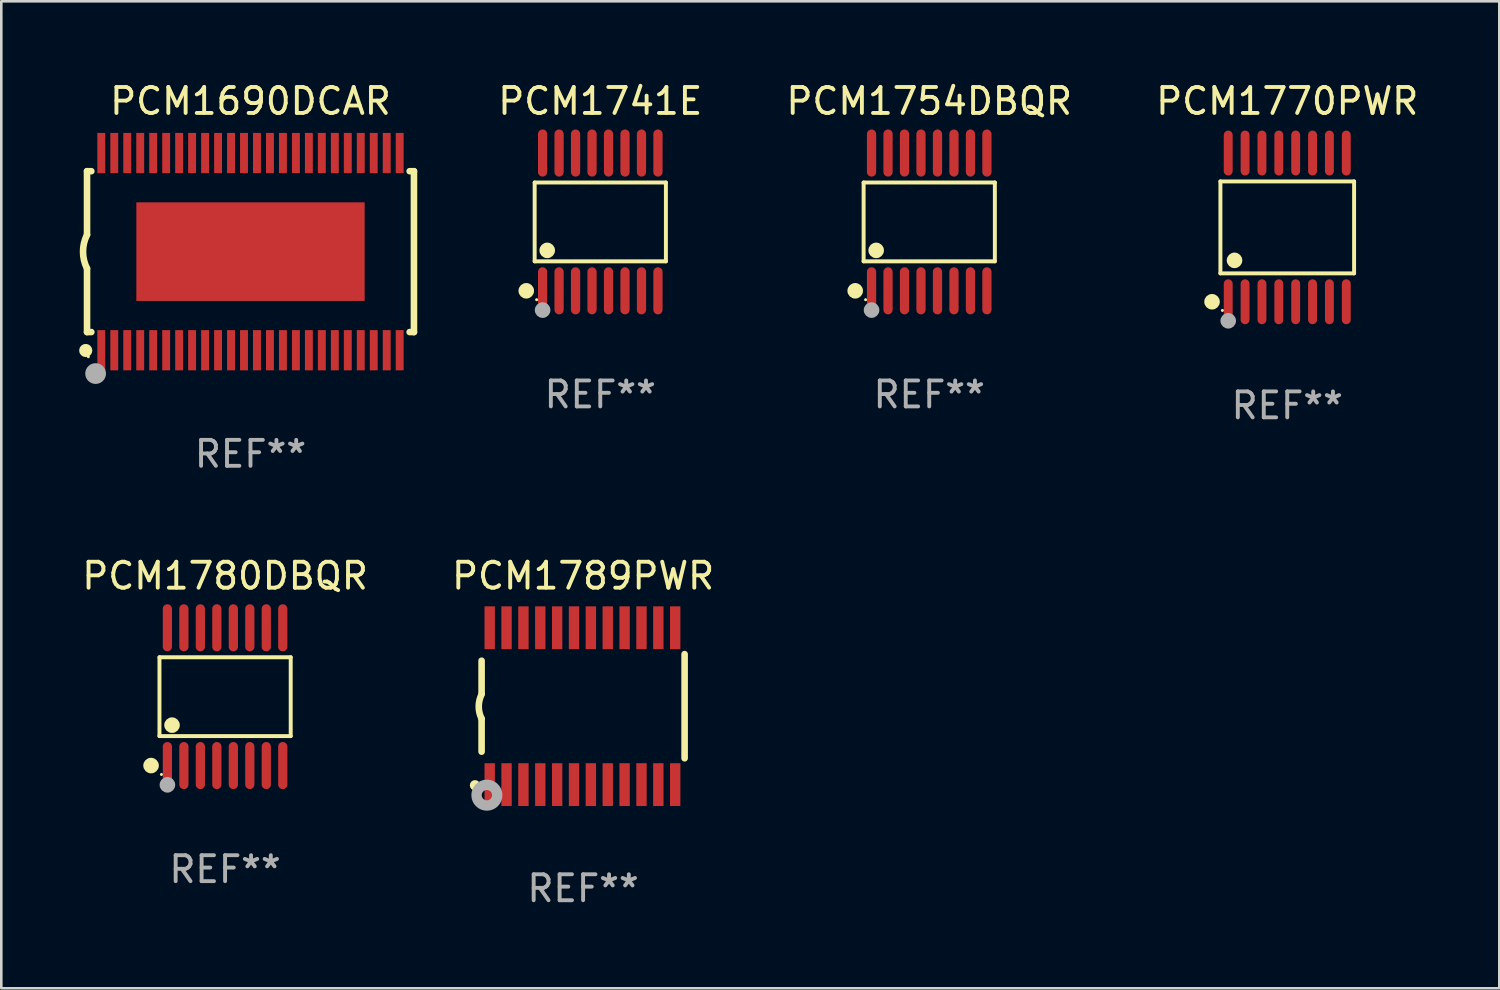
<source format=kicad_pcb>
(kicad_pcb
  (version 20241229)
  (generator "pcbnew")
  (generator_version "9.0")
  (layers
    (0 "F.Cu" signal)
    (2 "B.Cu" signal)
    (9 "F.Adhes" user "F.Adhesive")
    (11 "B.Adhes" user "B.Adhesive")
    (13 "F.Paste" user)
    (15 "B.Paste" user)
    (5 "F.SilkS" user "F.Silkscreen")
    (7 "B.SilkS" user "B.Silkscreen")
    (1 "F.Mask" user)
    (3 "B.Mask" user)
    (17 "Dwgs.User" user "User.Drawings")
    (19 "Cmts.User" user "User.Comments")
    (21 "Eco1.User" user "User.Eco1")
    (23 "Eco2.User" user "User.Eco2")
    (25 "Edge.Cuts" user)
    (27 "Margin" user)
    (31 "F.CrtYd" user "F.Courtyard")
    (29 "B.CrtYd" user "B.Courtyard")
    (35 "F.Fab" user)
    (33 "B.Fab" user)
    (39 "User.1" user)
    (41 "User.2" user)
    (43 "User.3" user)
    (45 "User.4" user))
  (footprint "PCM1770PWR"
    (layer "F.Cu")
    (at 46.561 5.714)
    (property "Reference" "PCM1770PWR" (at 0 -4.866 0) (layer "F.SilkS") (effects (font (size 1 1) (thickness 0.15))))
    (attr through_hole)
    (fp_line (start -2.576 -1.772) (end 2.576 -1.772) (stroke (width 0.152) (type solid)) (layer "F.SilkS"))
    (fp_line (start -2.576 1.771) (end -2.576 -1.772) (stroke (width 0.152) (type solid)) (layer "F.SilkS"))
    (fp_line (start 2.576 -1.772) (end 2.576 1.771) (stroke (width 0.152) (type solid)) (layer "F.SilkS"))
    (fp_line (start 2.576 1.771) (end -2.576 1.771) (stroke (width 0.152) (type solid)) (layer "F.SilkS"))
    (fp_circle (center -2.899 2.866) (end -2.749 2.866) (stroke (width 0.3) (type solid)) (fill no) (layer "F.SilkS"))
    (fp_circle (center -2.5 3.2) (end -2.47 3.2) (stroke (width 0.06) (type solid)) (fill no) (layer "F.SilkS"))
    (fp_circle (center -2.032 1.27) (end -1.882 1.27) (stroke (width 0.3) (type solid)) (fill no) (layer "F.SilkS"))
    (fp_circle (center -2.275 3.6) (end -2.125 3.6) (stroke (width 0.3) (type solid)) (fill no) (layer "F.Fab"))
    (fp_text user "REF**" (at 0 6.866 0) (layer "F.Fab") (effects (font (size 1 1) (thickness 0.15))))
    (pad "1" smd oval (at -2.275 2.866) (size 0.343 1.731) (layers "F.Cu" "F.Mask" "F.Paste"))
    (pad "2" smd oval (at -1.625 2.866) (size 0.343 1.731) (layers "F.Cu" "F.Mask" "F.Paste"))
    (pad "3" smd oval (at -0.975 2.866) (size 0.343 1.731) (layers "F.Cu" "F.Mask" "F.Paste"))
    (pad "4" smd oval (at -0.325 2.866) (size 0.343 1.731) (layers "F.Cu" "F.Mask" "F.Paste"))
    (pad "5" smd oval (at 0.325 2.866) (size 0.343 1.731) (layers "F.Cu" "F.Mask" "F.Paste"))
    (pad "6" smd oval (at 0.975 2.866) (size 0.343 1.731) (layers "F.Cu" "F.Mask" "F.Paste"))
    (pad "7" smd oval (at 1.625 2.866) (size 0.343 1.731) (layers "F.Cu" "F.Mask" "F.Paste"))
    (pad "8" smd oval (at 2.275 2.866) (size 0.343 1.731) (layers "F.Cu" "F.Mask" "F.Paste"))
    (pad "9" smd oval (at 2.275 -2.866) (size 0.343 1.731) (layers "F.Cu" "F.Mask" "F.Paste"))
    (pad "10" smd oval (at 1.625 -2.866) (size 0.343 1.731) (layers "F.Cu" "F.Mask" "F.Paste"))
    (pad "11" smd oval (at 0.975 -2.866) (size 0.343 1.731) (layers "F.Cu" "F.Mask" "F.Paste"))
    (pad "12" smd oval (at 0.325 -2.866) (size 0.343 1.731) (layers "F.Cu" "F.Mask" "F.Paste"))
    (pad "13" smd oval (at -0.325 -2.866) (size 0.343 1.731) (layers "F.Cu" "F.Mask" "F.Paste"))
    (pad "14" smd oval (at -0.975 -2.866) (size 0.343 1.731) (layers "F.Cu" "F.Mask" "F.Paste"))
    (pad "15" smd oval (at -1.625 -2.866) (size 0.343 1.731) (layers "F.Cu" "F.Mask" "F.Paste"))
    (pad "16" smd oval (at -2.275 -2.866) (size 0.343 1.731) (layers "F.Cu" "F.Mask" "F.Paste")))
  (footprint "PCM1741E"
    (layer "F.Cu")
    (at 20.085 5.503)
    (property "Reference" "PCM1741E" (at 0 -4.655 0) (layer "F.SilkS") (effects (font (size 1 1) (thickness 0.15))))
    (attr through_hole)
    (fp_line (start -2.529 -1.519) (end 2.529 -1.519) (stroke (width 0.152) (type solid)) (layer "F.SilkS"))
    (fp_line (start -2.529 1.519) (end -2.529 -1.519) (stroke (width 0.152) (type solid)) (layer "F.SilkS"))
    (fp_line (start 2.529 -1.519) (end 2.529 1.519) (stroke (width 0.152) (type solid)) (layer "F.SilkS"))
    (fp_line (start 2.529 1.519) (end -2.529 1.519) (stroke (width 0.152) (type solid)) (layer "F.SilkS"))
    (fp_circle (center -2.853 2.655) (end -2.703 2.655) (stroke (width 0.3) (type solid)) (fill no) (layer "F.SilkS"))
    (fp_circle (center -2.453 2.998) (end -2.423 2.998) (stroke (width 0.06) (type solid)) (fill no) (layer "F.SilkS"))
    (fp_circle (center -2.045 1.097) (end -1.895 1.097) (stroke (width 0.3) (type solid)) (fill no) (layer "F.SilkS"))
    (fp_circle (center -2.223 3.398) (end -2.072 3.398) (stroke (width 0.3) (type solid)) (fill no) (layer "F.Fab"))
    (fp_text user "REF**" (at 0 6.655 0) (layer "F.Fab") (effects (font (size 1 1) (thickness 0.15))))
    (pad "1" smd oval (at -2.223 2.655) (size 0.356 1.815) (layers "F.Cu" "F.Mask" "F.Paste"))
    (pad "2" smd oval (at -1.588 2.655) (size 0.356 1.815) (layers "F.Cu" "F.Mask" "F.Paste"))
    (pad "3" smd oval (at -0.953 2.655) (size 0.356 1.815) (layers "F.Cu" "F.Mask" "F.Paste"))
    (pad "4" smd oval (at -0.318 2.655) (size 0.356 1.815) (layers "F.Cu" "F.Mask" "F.Paste"))
    (pad "5" smd oval (at 0.318 2.655) (size 0.356 1.815) (layers "F.Cu" "F.Mask" "F.Paste"))
    (pad "6" smd oval (at 0.953 2.655) (size 0.356 1.815) (layers "F.Cu" "F.Mask" "F.Paste"))
    (pad "7" smd oval (at 1.588 2.655) (size 0.356 1.815) (layers "F.Cu" "F.Mask" "F.Paste"))
    (pad "8" smd oval (at 2.223 2.655) (size 0.356 1.815) (layers "F.Cu" "F.Mask" "F.Paste"))
    (pad "9" smd oval (at 2.223 -2.655) (size 0.356 1.815) (layers "F.Cu" "F.Mask" "F.Paste"))
    (pad "10" smd oval (at 1.588 -2.655) (size 0.356 1.815) (layers "F.Cu" "F.Mask" "F.Paste"))
    (pad "11" smd oval (at 0.953 -2.655) (size 0.356 1.815) (layers "F.Cu" "F.Mask" "F.Paste"))
    (pad "12" smd oval (at 0.318 -2.655) (size 0.356 1.815) (layers "F.Cu" "F.Mask" "F.Paste"))
    (pad "13" smd oval (at -0.318 -2.655) (size 0.356 1.815) (layers "F.Cu" "F.Mask" "F.Paste"))
    (pad "14" smd oval (at -0.953 -2.655) (size 0.356 1.815) (layers "F.Cu" "F.Mask" "F.Paste"))
    (pad "15" smd oval (at -1.588 -2.655) (size 0.356 1.815) (layers "F.Cu" "F.Mask" "F.Paste"))
    (pad "16" smd oval (at -2.223 -2.655) (size 0.356 1.815) (layers "F.Cu" "F.Mask" "F.Paste")))
  (footprint "PCM1690DCAR"
    (layer "F.Cu")
    (at 6.604 6.648)
    (property "Reference" "PCM1690DCAR" (at 0 -5.8 0) (layer "F.SilkS") (effects (font (size 1 1) (thickness 0.15))))
    (attr through_hole)
    (fp_line (start -6.3 -3.1) (end -6.3 -0.65) (stroke (width 0.254) (type solid)) (layer "F.SilkS"))
    (fp_line (start -6.3 -3.1) (end -6.134 -3.1) (stroke (width 0.254) (type solid)) (layer "F.SilkS"))
    (fp_line (start -6.3 3.1) (end -6.3 0.65) (stroke (width 0.254) (type solid)) (layer "F.SilkS"))
    (fp_line (start -6.3 3.1) (end -6.134 3.1) (stroke (width 0.254) (type solid)) (layer "F.SilkS"))
    (fp_line (start 6.134 -3.1) (end 6.3 -3.1) (stroke (width 0.254) (type solid)) (layer "F.SilkS"))
    (fp_line (start 6.134 3.1) (end 6.3 3.1) (stroke (width 0.254) (type solid)) (layer "F.SilkS"))
    (fp_line (start 6.3 -3.1) (end 6.3 3.1) (stroke (width 0.254) (type solid)) (layer "F.SilkS"))
    (fp_arc (start -6.301016 0.650114) (mid -6.45413 -0.000082) (end -6.3 -0.650038) (stroke (width 0.254001) (type solid)) (layer "F.SilkS"))
    (fp_circle (center -6.35 3.81) (end -6.223 3.81) (stroke (width 0.254) (type solid)) (fill no) (layer "F.SilkS"))
    (fp_circle (center -6.25 4.05) (end -6.22 4.05) (stroke (width 0.06) (type solid)) (fill no) (layer "F.SilkS"))
    (fp_circle (center -5.969 4.699) (end -5.769 4.699) (stroke (width 0.4) (type solid)) (fill no) (layer "F.Fab"))
    (fp_text user "REF**" (at 0 7.8 0) (layer "F.Fab") (effects (font (size 1 1) (thickness 0.15))))
    (pad "1" smd rect (at -5.75 3.8 180) (size 0.305 1.55) (layers "F.Cu" "F.Mask" "F.Paste"))
    (pad "2" smd rect (at -5.25 3.8 180) (size 0.305 1.55) (layers "F.Cu" "F.Mask" "F.Paste"))
    (pad "3" smd rect (at -4.75 3.8 180) (size 0.305 1.55) (layers "F.Cu" "F.Mask" "F.Paste"))
    (pad "4" smd rect (at -4.25 3.8 180) (size 0.305 1.55) (layers "F.Cu" "F.Mask" "F.Paste"))
    (pad "5" smd rect (at -3.75 3.8 180) (size 0.305 1.55) (layers "F.Cu" "F.Mask" "F.Paste"))
    (pad "6" smd rect (at -3.25 3.8 180) (size 0.305 1.55) (layers "F.Cu" "F.Mask" "F.Paste"))
    (pad "7" smd rect (at -2.75 3.8 180) (size 0.305 1.55) (layers "F.Cu" "F.Mask" "F.Paste"))
    (pad "8" smd rect (at -2.25 3.8 180) (size 0.305 1.55) (layers "F.Cu" "F.Mask" "F.Paste"))
    (pad "9" smd rect (at -1.75 3.8 180) (size 0.305 1.55) (layers "F.Cu" "F.Mask" "F.Paste"))
    (pad "10" smd rect (at -1.25 3.8 180) (size 0.305 1.55) (layers "F.Cu" "F.Mask" "F.Paste"))
    (pad "11" smd rect (at -0.75 3.8 180) (size 0.305 1.55) (layers "F.Cu" "F.Mask" "F.Paste"))
    (pad "12" smd rect (at -0.25 3.8 180) (size 0.305 1.55) (layers "F.Cu" "F.Mask" "F.Paste"))
    (pad "13" smd rect (at 0.25 3.8 180) (size 0.305 1.55) (layers "F.Cu" "F.Mask" "F.Paste"))
    (pad "14" smd rect (at 0.75 3.8 180) (size 0.305 1.55) (layers "F.Cu" "F.Mask" "F.Paste"))
    (pad "15" smd rect (at 1.25 3.8 180) (size 0.305 1.55) (layers "F.Cu" "F.Mask" "F.Paste"))
    (pad "16" smd rect (at 1.75 3.8 180) (size 0.305 1.55) (layers "F.Cu" "F.Mask" "F.Paste"))
    (pad "17" smd rect (at 2.25 3.8 180) (size 0.305 1.55) (layers "F.Cu" "F.Mask" "F.Paste"))
    (pad "18" smd rect (at 2.75 3.8 180) (size 0.305 1.55) (layers "F.Cu" "F.Mask" "F.Paste"))
    (pad "19" smd rect (at 3.25 3.8 180) (size 0.305 1.55) (layers "F.Cu" "F.Mask" "F.Paste"))
    (pad "20" smd rect (at 3.75 3.8 180) (size 0.305 1.55) (layers "F.Cu" "F.Mask" "F.Paste"))
    (pad "21" smd rect (at 4.25 3.8 180) (size 0.305 1.55) (layers "F.Cu" "F.Mask" "F.Paste"))
    (pad "22" smd rect (at 4.75 3.8 180) (size 0.305 1.55) (layers "F.Cu" "F.Mask" "F.Paste"))
    (pad "23" smd rect (at 5.25 3.8 180) (size 0.305 1.55) (layers "F.Cu" "F.Mask" "F.Paste"))
    (pad "24" smd rect (at 5.75 3.8 180) (size 0.305 1.55) (layers "F.Cu" "F.Mask" "F.Paste"))
    (pad "25" smd rect (at 5.75 -3.8 180) (size 0.305 1.55) (layers "F.Cu" "F.Mask" "F.Paste"))
    (pad "26" smd rect (at 5.25 -3.8 180) (size 0.305 1.55) (layers "F.Cu" "F.Mask" "F.Paste"))
    (pad "27" smd rect (at 4.75 -3.8 180) (size 0.305 1.55) (layers "F.Cu" "F.Mask" "F.Paste"))
    (pad "28" smd rect (at 4.25 -3.8 180) (size 0.305 1.55) (layers "F.Cu" "F.Mask" "F.Paste"))
    (pad "29" smd rect (at 3.75 -3.8 180) (size 0.305 1.55) (layers "F.Cu" "F.Mask" "F.Paste"))
    (pad "30" smd rect (at 3.25 -3.8 180) (size 0.305 1.55) (layers "F.Cu" "F.Mask" "F.Paste"))
    (pad "31" smd rect (at 2.75 -3.8 180) (size 0.305 1.55) (layers "F.Cu" "F.Mask" "F.Paste"))
    (pad "32" smd rect (at 2.25 -3.8 180) (size 0.305 1.55) (layers "F.Cu" "F.Mask" "F.Paste"))
    (pad "33" smd rect (at 1.75 -3.8 180) (size 0.305 1.55) (layers "F.Cu" "F.Mask" "F.Paste"))
    (pad "34" smd rect (at 1.25 -3.8 180) (size 0.305 1.55) (layers "F.Cu" "F.Mask" "F.Paste"))
    (pad "35" smd rect (at 0.75 -3.8 180) (size 0.305 1.55) (layers "F.Cu" "F.Mask" "F.Paste"))
    (pad "36" smd rect (at 0.25 -3.8 180) (size 0.305 1.55) (layers "F.Cu" "F.Mask" "F.Paste"))
    (pad "37" smd rect (at -0.25 -3.8 180) (size 0.305 1.55) (layers "F.Cu" "F.Mask" "F.Paste"))
    (pad "38" smd rect (at -0.75 -3.8 180) (size 0.305 1.55) (layers "F.Cu" "F.Mask" "F.Paste"))
    (pad "39" smd rect (at -1.25 -3.8 180) (size 0.305 1.55) (layers "F.Cu" "F.Mask" "F.Paste"))
    (pad "40" smd rect (at -1.75 -3.8 180) (size 0.305 1.55) (layers "F.Cu" "F.Mask" "F.Paste"))
    (pad "41" smd rect (at -2.25 -3.8 180) (size 0.305 1.55) (layers "F.Cu" "F.Mask" "F.Paste"))
    (pad "42" smd rect (at -2.75 -3.8 180) (size 0.305 1.55) (layers "F.Cu" "F.Mask" "F.Paste"))
    (pad "43" smd rect (at -3.25 -3.8 180) (size 0.305 1.55) (layers "F.Cu" "F.Mask" "F.Paste"))
    (pad "44" smd rect (at -3.75 -3.8 180) (size 0.305 1.55) (layers "F.Cu" "F.Mask" "F.Paste"))
    (pad "45" smd rect (at -4.25 -3.8 180) (size 0.305 1.55) (layers "F.Cu" "F.Mask" "F.Paste"))
    (pad "46" smd rect (at -4.75 -3.8 180) (size 0.305 1.55) (layers "F.Cu" "F.Mask" "F.Paste"))
    (pad "47" smd rect (at -5.25 -3.8 180) (size 0.305 1.55) (layers "F.Cu" "F.Mask" "F.Paste"))
    (pad "48" smd rect (at -5.75 -3.8 180) (size 0.305 1.55) (layers "F.Cu" "F.Mask" "F.Paste"))
    (pad "49" smd rect (at -0.000025 -0.000127) (size 8.8 3.8) (layers "F.Cu" "F.Mask" "F.Paste")))
  (footprint "PCM1754DBQR"
    (layer "F.Cu")
    (at 32.763 5.503)
    (property "Reference" "PCM1754DBQR" (at 0 -4.655 0) (layer "F.SilkS") (effects (font (size 1 1) (thickness 0.15))))
    (attr through_hole)
    (fp_line (start -2.529 -1.519) (end 2.529 -1.519) (stroke (width 0.152) (type solid)) (layer "F.SilkS"))
    (fp_line (start -2.529 1.519) (end -2.529 -1.519) (stroke (width 0.152) (type solid)) (layer "F.SilkS"))
    (fp_line (start 2.529 -1.519) (end 2.529 1.519) (stroke (width 0.152) (type solid)) (layer "F.SilkS"))
    (fp_line (start 2.529 1.519) (end -2.529 1.519) (stroke (width 0.152) (type solid)) (layer "F.SilkS"))
    (fp_circle (center -2.853 2.655) (end -2.703 2.655) (stroke (width 0.3) (type solid)) (fill no) (layer "F.SilkS"))
    (fp_circle (center -2.453 2.998) (end -2.423 2.998) (stroke (width 0.06) (type solid)) (fill no) (layer "F.SilkS"))
    (fp_circle (center -2.045 1.097) (end -1.895 1.097) (stroke (width 0.3) (type solid)) (fill no) (layer "F.SilkS"))
    (fp_circle (center -2.223 3.398) (end -2.072 3.398) (stroke (width 0.3) (type solid)) (fill no) (layer "F.Fab"))
    (fp_text user "REF**" (at 0 6.655 0) (layer "F.Fab") (effects (font (size 1 1) (thickness 0.15))))
    (pad "1" smd oval (at -2.223 2.655) (size 0.356 1.815) (layers "F.Cu" "F.Mask" "F.Paste"))
    (pad "2" smd oval (at -1.588 2.655) (size 0.356 1.815) (layers "F.Cu" "F.Mask" "F.Paste"))
    (pad "3" smd oval (at -0.953 2.655) (size 0.356 1.815) (layers "F.Cu" "F.Mask" "F.Paste"))
    (pad "4" smd oval (at -0.318 2.655) (size 0.356 1.815) (layers "F.Cu" "F.Mask" "F.Paste"))
    (pad "5" smd oval (at 0.318 2.655) (size 0.356 1.815) (layers "F.Cu" "F.Mask" "F.Paste"))
    (pad "6" smd oval (at 0.953 2.655) (size 0.356 1.815) (layers "F.Cu" "F.Mask" "F.Paste"))
    (pad "7" smd oval (at 1.588 2.655) (size 0.356 1.815) (layers "F.Cu" "F.Mask" "F.Paste"))
    (pad "8" smd oval (at 2.223 2.655) (size 0.356 1.815) (layers "F.Cu" "F.Mask" "F.Paste"))
    (pad "9" smd oval (at 2.223 -2.655) (size 0.356 1.815) (layers "F.Cu" "F.Mask" "F.Paste"))
    (pad "10" smd oval (at 1.588 -2.655) (size 0.356 1.815) (layers "F.Cu" "F.Mask" "F.Paste"))
    (pad "11" smd oval (at 0.953 -2.655) (size 0.356 1.815) (layers "F.Cu" "F.Mask" "F.Paste"))
    (pad "12" smd oval (at 0.318 -2.655) (size 0.356 1.815) (layers "F.Cu" "F.Mask" "F.Paste"))
    (pad "13" smd oval (at -0.318 -2.655) (size 0.356 1.815) (layers "F.Cu" "F.Mask" "F.Paste"))
    (pad "14" smd oval (at -0.953 -2.655) (size 0.356 1.815) (layers "F.Cu" "F.Mask" "F.Paste"))
    (pad "15" smd oval (at -1.588 -2.655) (size 0.356 1.815) (layers "F.Cu" "F.Mask" "F.Paste"))
    (pad "16" smd oval (at -2.223 -2.655) (size 0.356 1.815) (layers "F.Cu" "F.Mask" "F.Paste")))
  (footprint "PCM1780DBQR"
    (layer "F.Cu")
    (at 5.625 23.8)
    (property "Reference" "PCM1780DBQR" (at 0 -4.655 0) (layer "F.SilkS") (effects (font (size 1 1) (thickness 0.15))))
    (attr through_hole)
    (fp_line (start -2.529 -1.519) (end 2.529 -1.519) (stroke (width 0.152) (type solid)) (layer "F.SilkS"))
    (fp_line (start -2.529 1.519) (end -2.529 -1.519) (stroke (width 0.152) (type solid)) (layer "F.SilkS"))
    (fp_line (start 2.529 -1.519) (end 2.529 1.519) (stroke (width 0.152) (type solid)) (layer "F.SilkS"))
    (fp_line (start 2.529 1.519) (end -2.529 1.519) (stroke (width 0.152) (type solid)) (layer "F.SilkS"))
    (fp_circle (center -2.853 2.655) (end -2.703 2.655) (stroke (width 0.3) (type solid)) (fill no) (layer "F.SilkS"))
    (fp_circle (center -2.453 2.998) (end -2.423 2.998) (stroke (width 0.06) (type solid)) (fill no) (layer "F.SilkS"))
    (fp_circle (center -2.045 1.097) (end -1.895 1.097) (stroke (width 0.3) (type solid)) (fill no) (layer "F.SilkS"))
    (fp_circle (center -2.223 3.398) (end -2.072 3.398) (stroke (width 0.3) (type solid)) (fill no) (layer "F.Fab"))
    (fp_text user "REF**" (at 0 6.655 0) (layer "F.Fab") (effects (font (size 1 1) (thickness 0.15))))
    (pad "1" smd oval (at -2.223 2.655) (size 0.356 1.815) (layers "F.Cu" "F.Mask" "F.Paste"))
    (pad "2" smd oval (at -1.588 2.655) (size 0.356 1.815) (layers "F.Cu" "F.Mask" "F.Paste"))
    (pad "3" smd oval (at -0.953 2.655) (size 0.356 1.815) (layers "F.Cu" "F.Mask" "F.Paste"))
    (pad "4" smd oval (at -0.318 2.655) (size 0.356 1.815) (layers "F.Cu" "F.Mask" "F.Paste"))
    (pad "5" smd oval (at 0.318 2.655) (size 0.356 1.815) (layers "F.Cu" "F.Mask" "F.Paste"))
    (pad "6" smd oval (at 0.953 2.655) (size 0.356 1.815) (layers "F.Cu" "F.Mask" "F.Paste"))
    (pad "7" smd oval (at 1.588 2.655) (size 0.356 1.815) (layers "F.Cu" "F.Mask" "F.Paste"))
    (pad "8" smd oval (at 2.223 2.655) (size 0.356 1.815) (layers "F.Cu" "F.Mask" "F.Paste"))
    (pad "9" smd oval (at 2.223 -2.655) (size 0.356 1.815) (layers "F.Cu" "F.Mask" "F.Paste"))
    (pad "10" smd oval (at 1.588 -2.655) (size 0.356 1.815) (layers "F.Cu" "F.Mask" "F.Paste"))
    (pad "11" smd oval (at 0.953 -2.655) (size 0.356 1.815) (layers "F.Cu" "F.Mask" "F.Paste"))
    (pad "12" smd oval (at 0.318 -2.655) (size 0.356 1.815) (layers "F.Cu" "F.Mask" "F.Paste"))
    (pad "13" smd oval (at -0.318 -2.655) (size 0.356 1.815) (layers "F.Cu" "F.Mask" "F.Paste"))
    (pad "14" smd oval (at -0.953 -2.655) (size 0.356 1.815) (layers "F.Cu" "F.Mask" "F.Paste"))
    (pad "15" smd oval (at -1.588 -2.655) (size 0.356 1.815) (layers "F.Cu" "F.Mask" "F.Paste"))
    (pad "16" smd oval (at -2.223 -2.655) (size 0.356 1.815) (layers "F.Cu" "F.Mask" "F.Paste")))
  (footprint "PCM1789PWR"
    (layer "F.Cu")
    (at 19.423 24.167)
    (property "Reference" "PCM1789PWR" (at 0 -5.023 0) (layer "F.SilkS") (effects (font (size 1 1) (thickness 0.15))))
    (attr through_hole)
    (fp_line (start -3.912 -0.483) (end -3.912 -1.753) (stroke (width 0.254) (type solid)) (layer "F.SilkS"))
    (fp_line (start -3.912 1.753) (end -3.912 0.483) (stroke (width 0.254) (type solid)) (layer "F.SilkS"))
    (fp_line (start 3.912 -2.007) (end 3.912 2.007) (stroke (width 0.254) (type solid)) (layer "F.SilkS"))
    (fp_arc (start -3.911608 0.482601) (mid -4.022537 0.0127) (end -3.911608 -0.457201) (stroke (width 0.254001) (type solid)) (layer "F.SilkS"))
    (fp_circle (center -4.166 3.048) (end -4.066 3.048) (stroke (width 0.2) (type solid)) (fill no) (layer "F.SilkS"))
    (fp_circle (center -3.925 3.186) (end -3.895 3.186) (stroke (width 0.06) (type solid)) (fill no) (layer "F.SilkS"))
    (fp_circle (center -3.708 3.429) (end -3.509 3.429) (stroke (width 0.4) (type solid)) (fill no) (layer "F.Fab"))
    (fp_text user "REF**" (at 0 7.023 0) (layer "F.Fab") (effects (font (size 1 1) (thickness 0.15))))
    (pad "1" smd rect (at -3.6 3.023) (size 0.4 1.65) (layers "F.Cu" "F.Mask" "F.Paste"))
    (pad "2" smd rect (at -2.95 3.023) (size 0.4 1.65) (layers "F.Cu" "F.Mask" "F.Paste"))
    (pad "3" smd rect (at -2.3 3.023) (size 0.4 1.65) (layers "F.Cu" "F.Mask" "F.Paste"))
    (pad "4" smd rect (at -1.65 3.023) (size 0.4 1.65) (layers "F.Cu" "F.Mask" "F.Paste"))
    (pad "5" smd rect (at -1 3.023) (size 0.4 1.65) (layers "F.Cu" "F.Mask" "F.Paste"))
    (pad "6" smd rect (at -0.35 3.023) (size 0.4 1.65) (layers "F.Cu" "F.Mask" "F.Paste"))
    (pad "7" smd rect (at 0.299 3.023) (size 0.4 1.65) (layers "F.Cu" "F.Mask" "F.Paste"))
    (pad "8" smd rect (at 0.95 3.023) (size 0.4 1.65) (layers "F.Cu" "F.Mask" "F.Paste"))
    (pad "9" smd rect (at 1.6 3.023) (size 0.4 1.65) (layers "F.Cu" "F.Mask" "F.Paste"))
    (pad "10" smd rect (at 2.25 3.023) (size 0.4 1.65) (layers "F.Cu" "F.Mask" "F.Paste"))
    (pad "11" smd rect (at 2.9 3.023) (size 0.4 1.65) (layers "F.Cu" "F.Mask" "F.Paste"))
    (pad "12" smd rect (at 3.549 3.023) (size 0.4 1.65) (layers "F.Cu" "F.Mask" "F.Paste"))
    (pad "13" smd rect (at 3.549 -3.023) (size 0.4 1.65) (layers "F.Cu" "F.Mask" "F.Paste"))
    (pad "14" smd rect (at 2.9 -3.023) (size 0.4 1.65) (layers "F.Cu" "F.Mask" "F.Paste"))
    (pad "15" smd rect (at 2.25 -3.023) (size 0.4 1.65) (layers "F.Cu" "F.Mask" "F.Paste"))
    (pad "16" smd rect (at 1.6 -3.023) (size 0.4 1.65) (layers "F.Cu" "F.Mask" "F.Paste"))
    (pad "17" smd rect (at 0.95 -3.023) (size 0.4 1.65) (layers "F.Cu" "F.Mask" "F.Paste"))
    (pad "18" smd rect (at 0.299 -3.023) (size 0.4 1.65) (layers "F.Cu" "F.Mask" "F.Paste"))
    (pad "19" smd rect (at -0.35 -3.023) (size 0.4 1.65) (layers "F.Cu" "F.Mask" "F.Paste"))
    (pad "20" smd rect (at -1 -3.023) (size 0.4 1.65) (layers "F.Cu" "F.Mask" "F.Paste"))
    (pad "21" smd rect (at -1.65 -3.023) (size 0.4 1.65) (layers "F.Cu" "F.Mask" "F.Paste"))
    (pad "22" smd rect (at -2.3 -3.023) (size 0.4 1.65) (layers "F.Cu" "F.Mask" "F.Paste"))
    (pad "23" smd rect (at -2.95 -3.023) (size 0.4 1.65) (layers "F.Cu" "F.Mask" "F.Paste"))
    (pad "24" smd rect (at -3.6 -3.023) (size 0.4 1.65) (layers "F.Cu" "F.Mask" "F.Paste")))
  (gr_rect
    (start -3 -3)
    (end 54.733 35.038)
    (stroke (width 0.1) (type default))
    (fill no)
    (layer "Edge.Cuts")))
</source>
